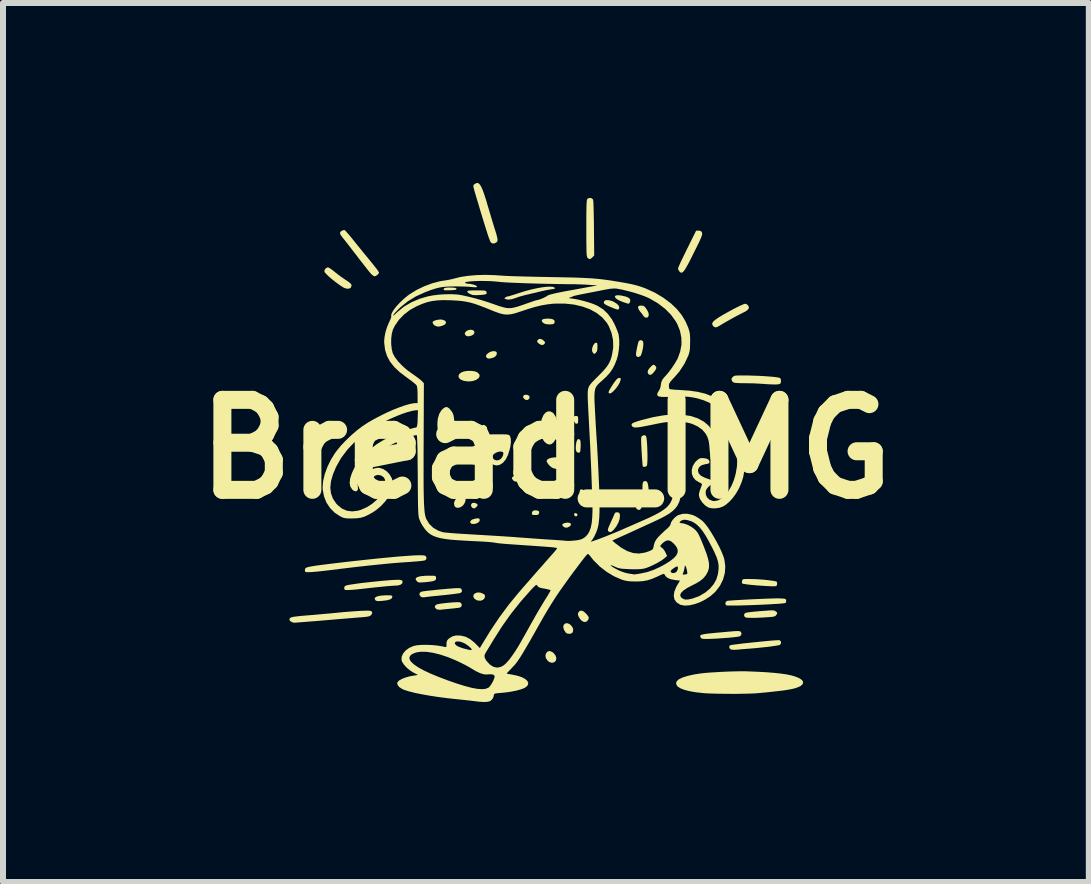
<source format=kicad_pcb>
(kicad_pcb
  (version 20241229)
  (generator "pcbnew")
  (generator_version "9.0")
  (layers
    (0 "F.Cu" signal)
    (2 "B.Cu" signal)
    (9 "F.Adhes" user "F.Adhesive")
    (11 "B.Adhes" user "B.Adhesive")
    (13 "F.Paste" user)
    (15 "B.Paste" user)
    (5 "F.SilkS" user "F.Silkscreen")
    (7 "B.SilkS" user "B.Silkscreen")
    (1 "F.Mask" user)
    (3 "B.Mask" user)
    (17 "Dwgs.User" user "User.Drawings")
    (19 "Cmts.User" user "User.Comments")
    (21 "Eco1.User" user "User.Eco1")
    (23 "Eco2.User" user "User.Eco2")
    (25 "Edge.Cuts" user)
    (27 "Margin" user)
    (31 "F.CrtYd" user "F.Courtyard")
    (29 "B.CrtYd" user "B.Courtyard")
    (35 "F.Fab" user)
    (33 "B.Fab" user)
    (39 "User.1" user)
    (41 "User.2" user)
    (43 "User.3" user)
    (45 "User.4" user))
  (footprint "Bread_IMG"
    (layer "F.Cu")
    (at 6.05 4.437)
    (property "Reference" "Bread_IMG" (at 0 0 0) (layer "F.SilkS") (effects (font (size 1.5 1.5) (thickness 0.3))))
    (attr board_only exclude_from_pos_files exclude_from_bom)
    (fp_poly (pts (xy 0.521 1.078) (xy 0.526 1.093) (xy 0.518 1.117) (xy 0.495 1.12) (xy 0.485 1.117) (xy 0.473 1.101) (xy 0.47 1.086) (xy 0.476 1.068) (xy 0.498 1.066)) (stroke (width 0) (type solid)) (fill yes) (layer "F.SilkS"))
    (fp_poly (pts (xy -0.299 -0.901) (xy -0.277 -0.884) (xy -0.272 -0.868) (xy -0.281 -0.837) (xy -0.305 -0.82) (xy -0.335 -0.82) (xy -0.363 -0.839) (xy -0.381 -0.867) (xy -0.377 -0.889) (xy -0.359 -0.902) (xy -0.33 -0.908)) (stroke (width 0) (type solid)) (fill yes) (layer "F.SilkS"))
    (fp_poly (pts (xy -0.49 0.45) (xy -0.46 0.466) (xy -0.451 0.492) (xy -0.465 0.521) (xy -0.465 0.521) (xy -0.491 0.541) (xy -0.517 0.539) (xy -0.545 0.521) (xy -0.564 0.495) (xy -0.563 0.471) (xy -0.544 0.453) (xy -0.513 0.447)) (stroke (width 0) (type solid)) (fill yes) (layer "F.SilkS"))
    (fp_poly (pts (xy -1.214 -1.983) (xy -1.194 -1.962) (xy -1.192 -1.936) (xy -1.209 -1.91) (xy -1.239 -1.893) (xy -1.286 -1.881) (xy -1.319 -1.884) (xy -1.341 -1.899) (xy -1.353 -1.924) (xy -1.344 -1.95) (xy -1.32 -1.972) (xy -1.283 -1.987) (xy -1.251 -1.991)) (stroke (width 0) (type solid)) (fill yes) (layer "F.SilkS"))
    (fp_poly (pts (xy 0.401 1.231) (xy 0.418 1.247) (xy 0.413 1.27) (xy 0.396 1.288) (xy 0.357 1.308) (xy 0.318 1.307) (xy 0.291 1.291) (xy 0.276 1.271) (xy 0.272 1.261) (xy 0.283 1.245) (xy 0.312 1.232) (xy 0.351 1.225) (xy 0.364 1.224)) (stroke (width 0) (type solid)) (fill yes) (layer "F.SilkS"))
    (fp_poly (pts (xy -1.157 0.907) (xy -1.139 0.925) (xy -1.138 0.933) (xy -1.147 0.951) (xy -1.168 0.972) (xy -1.19 0.987) (xy -1.199 0.989) (xy -1.214 0.983) (xy -1.227 0.976) (xy -1.246 0.954) (xy -1.248 0.926) (xy -1.234 0.903) (xy -1.219 0.896) (xy -1.187 0.895)) (stroke (width 0) (type solid)) (fill yes) (layer "F.SilkS"))
    (fp_poly (pts (xy -1.114 1.156) (xy -1.108 1.161) (xy -1.102 1.188) (xy -1.117 1.213) (xy -1.145 1.233) (xy -1.182 1.246) (xy -1.221 1.247) (xy -1.246 1.241) (xy -1.261 1.225) (xy -1.259 1.202) (xy -1.241 1.181) (xy -1.227 1.173) (xy -1.181 1.159) (xy -1.141 1.153)) (stroke (width 0) (type solid)) (fill yes) (layer "F.SilkS"))
    (fp_poly (pts (xy -0.149 1.022) (xy -0.122 1.031) (xy -0.113 1.046) (xy -0.114 1.062) (xy -0.119 1.083) (xy -0.135 1.094) (xy -0.167 1.098) (xy -0.201 1.098) (xy -0.223 1.095) (xy -0.226 1.093) (xy -0.235 1.069) (xy -0.227 1.042) (xy -0.211 1.027) (xy -0.182 1.02)) (stroke (width 0) (type solid)) (fill yes) (layer "F.SilkS"))
    (fp_poly (pts (xy -0.044 -1.815) (xy -0.042 -1.813) (xy -0.019 -1.79) (xy -0.014 -1.773) (xy -0.02 -1.76) (xy -0.045 -1.738) (xy -0.079 -1.737) (xy -0.116 -1.758) (xy -0.119 -1.761) (xy -0.142 -1.784) (xy -0.146 -1.801) (xy -0.141 -1.814) (xy -0.116 -1.836) (xy -0.082 -1.837)) (stroke (width 0) (type solid)) (fill yes) (layer "F.SilkS"))
    (fp_poly (pts (xy 0.525 -0.55) (xy 0.534 -0.538) (xy 0.538 -0.513) (xy 0.538 -0.489) (xy 0.536 -0.449) (xy 0.528 -0.429) (xy 0.518 -0.423) (xy 0.494 -0.428) (xy 0.486 -0.435) (xy 0.466 -0.474) (xy 0.461 -0.516) (xy 0.464 -0.532) (xy 0.478 -0.552) (xy 0.505 -0.554)) (stroke (width 0) (type solid)) (fill yes) (layer "F.SilkS"))
    (fp_poly (pts (xy 1.568 0.859) (xy 1.59 0.877) (xy 1.601 0.908) (xy 1.601 0.944) (xy 1.592 0.979) (xy 1.574 1.005) (xy 1.551 1.014) (xy 1.523 1.005) (xy 1.509 0.99) (xy 1.497 0.951) (xy 1.5 0.912) (xy 1.514 0.88) (xy 1.538 0.86) (xy 1.567 0.858)) (stroke (width 0) (type solid)) (fill yes) (layer "F.SilkS"))
    (fp_poly (pts (xy -1.096 2.391) (xy -1.057 2.405) (xy -1.026 2.422) (xy -1.014 2.445) (xy -1.014 2.452) (xy -1.025 2.489) (xy -1.053 2.515) (xy -1.092 2.527) (xy -1.137 2.523) (xy -1.162 2.514) (xy -1.197 2.487) (xy -1.211 2.456) (xy -1.204 2.425) (xy -1.185 2.406) (xy -1.144 2.389)) (stroke (width 0) (type solid)) (fill yes) (layer "F.SilkS"))
    (fp_poly (pts (xy -1.008 -0.391) (xy -0.984 -0.367) (xy -0.979 -0.337) (xy -0.979 -0.336) (xy -0.987 -0.312) (xy -1.006 -0.302) (xy -1.023 -0.299) (xy -1.054 -0.3) (xy -1.071 -0.315) (xy -1.078 -0.327) (xy -1.086 -0.354) (xy -1.078 -0.374) (xy -1.067 -0.386) (xy -1.047 -0.403) (xy -1.031 -0.404)) (stroke (width 0) (type solid)) (fill yes) (layer "F.SilkS"))
    (fp_poly (pts (xy 0.1 3.378) (xy 0.131 3.402) (xy 0.162 3.443) (xy 0.174 3.484) (xy 0.168 3.521) (xy 0.146 3.548) (xy 0.108 3.561) (xy 0.097 3.561) (xy 0.056 3.549) (xy 0.03 3.528) (xy -0.001 3.484) (xy -0.008 3.44) (xy 0.002 3.405) (xy 0.027 3.374) (xy 0.061 3.365)) (stroke (width 0) (type solid)) (fill yes) (layer "F.SilkS"))
    (fp_poly (pts (xy 0.394 2.916) (xy 0.431 2.95) (xy 0.431 2.95) (xy 0.454 2.993) (xy 0.453 3.034) (xy 0.445 3.055) (xy 0.423 3.073) (xy 0.389 3.079) (xy 0.354 3.073) (xy 0.331 3.058) (xy 0.301 3.012) (xy 0.289 2.968) (xy 0.295 2.932) (xy 0.321 2.906) (xy 0.356 2.901)) (stroke (width 0) (type solid)) (fill yes) (layer "F.SilkS"))
    (fp_poly (pts (xy 0.849 -1.772) (xy 0.856 -1.76) (xy 0.859 -1.732) (xy 0.859 -1.703) (xy 0.857 -1.657) (xy 0.848 -1.626) (xy 0.833 -1.607) (xy 0.814 -1.59) (xy 0.8 -1.59) (xy 0.787 -1.601) (xy 0.769 -1.636) (xy 0.771 -1.682) (xy 0.788 -1.731) (xy 0.812 -1.764) (xy 0.835 -1.775)) (stroke (width 0) (type solid)) (fill yes) (layer "F.SilkS"))
    (fp_poly (pts (xy 0.621 2.701) (xy 0.663 2.735) (xy 0.678 2.751) (xy 0.705 2.785) (xy 0.715 2.81) (xy 0.71 2.834) (xy 0.698 2.854) (xy 0.669 2.879) (xy 0.634 2.881) (xy 0.598 2.862) (xy 0.569 2.83) (xy 0.54 2.781) (xy 0.533 2.742) (xy 0.548 2.711) (xy 0.555 2.704) (xy 0.585 2.69)) (stroke (width 0) (type solid)) (fill yes) (layer "F.SilkS"))
    (fp_poly (pts (xy -1.707 0.154) (xy -1.683 0.174) (xy -1.668 0.21) (xy -1.662 0.256) (xy -1.666 0.306) (xy -1.681 0.352) (xy -1.689 0.368) (xy -1.716 0.39) (xy -1.752 0.395) (xy -1.786 0.383) (xy -1.797 0.373) (xy -1.818 0.336) (xy -1.824 0.292) (xy -1.817 0.247) (xy -1.8 0.205) (xy -1.774 0.172) (xy -1.742 0.154)) (stroke (width 0) (type solid)) (fill yes) (layer "F.SilkS"))
    (fp_poly (pts (xy -1.57 -2.693) (xy -1.525 -2.69) (xy -1.499 -2.684) (xy -1.49 -2.674) (xy -1.49 -2.671) (xy -1.495 -2.662) (xy -1.512 -2.655) (xy -1.546 -2.651) (xy -1.598 -2.649) (xy -1.651 -2.648) (xy -1.684 -2.649) (xy -1.701 -2.654) (xy -1.706 -2.662) (xy -1.707 -2.664) (xy -1.698 -2.681) (xy -1.67 -2.691) (xy -1.621 -2.694)) (stroke (width 0) (type solid)) (fill yes) (layer "F.SilkS"))
    (fp_poly (pts (xy -1.365 0.789) (xy -1.355 0.796) (xy -1.34 0.82) (xy -1.34 0.857) (xy -1.354 0.898) (xy -1.38 0.936) (xy -1.385 0.942) (xy -1.421 0.967) (xy -1.46 0.978) (xy -1.496 0.974) (xy -1.52 0.955) (xy -1.521 0.953) (xy -1.533 0.907) (xy -1.52 0.859) (xy -1.495 0.823) (xy -1.453 0.789) (xy -1.409 0.778)) (stroke (width 0) (type solid)) (fill yes) (layer "F.SilkS"))
    (fp_poly (pts (xy -0.827 -1.622) (xy -0.82 -1.613) (xy -0.819 -1.58) (xy -0.839 -1.549) (xy -0.874 -1.526) (xy -0.887 -1.522) (xy -0.933 -1.511) (xy -0.963 -1.51) (xy -0.983 -1.52) (xy -0.987 -1.524) (xy -1 -1.546) (xy -0.994 -1.569) (xy -0.966 -1.599) (xy -0.964 -1.6) (xy -0.929 -1.621) (xy -0.89 -1.632) (xy -0.853 -1.633)) (stroke (width 0) (type solid)) (fill yes) (layer "F.SilkS"))
    (fp_poly (pts (xy 0.088 -2.172) (xy 0.117 -2.164) (xy 0.142 -2.145) (xy 0.147 -2.117) (xy 0.134 -2.092) (xy 0.111 -2.083) (xy 0.073 -2.08) (xy 0.027 -2.081) (xy -0.008 -2.086) (xy -0.037 -2.099) (xy -0.056 -2.115) (xy -0.07 -2.136) (xy -0.065 -2.153) (xy -0.062 -2.158) (xy -0.04 -2.169) (xy -0.002 -2.175) (xy 0.044 -2.176)) (stroke (width 0) (type solid)) (fill yes) (layer "F.SilkS"))
    (fp_poly (pts (xy 1.805 -1.405) (xy 1.822 -1.391) (xy 1.823 -1.39) (xy 1.839 -1.368) (xy 1.839 -1.345) (xy 1.822 -1.313) (xy 1.812 -1.299) (xy 1.777 -1.258) (xy 1.748 -1.239) (xy 1.724 -1.241) (xy 1.709 -1.251) (xy 1.695 -1.281) (xy 1.704 -1.318) (xy 1.735 -1.36) (xy 1.74 -1.364) (xy 1.77 -1.394) (xy 1.79 -1.407)) (stroke (width 0) (type solid)) (fill yes) (layer "F.SilkS"))
    (fp_poly (pts (xy 0.563 -0.16) (xy 0.573 -0.146) (xy 0.578 -0.121) (xy 0.579 -0.079) (xy 0.579 -0.044) (xy 0.576 0.005) (xy 0.573 0.036) (xy 0.566 0.051) (xy 0.556 0.058) (xy 0.548 0.059) (xy 0.52 0.053) (xy 0.507 0.036) (xy 0.498 0.001) (xy 0.499 -0.056) (xy 0.5 -0.069) (xy 0.51 -0.126) (xy 0.525 -0.159) (xy 0.545 -0.169)) (stroke (width 0) (type solid)) (fill yes) (layer "F.SilkS"))
    (fp_poly (pts (xy 0.61 0.674) (xy 0.62 0.682) (xy 0.626 0.704) (xy 0.629 0.741) (xy 0.63 0.785) (xy 0.629 0.826) (xy 0.624 0.856) (xy 0.623 0.858) (xy 0.607 0.874) (xy 0.583 0.877) (xy 0.564 0.866) (xy 0.562 0.861) (xy 0.559 0.841) (xy 0.558 0.804) (xy 0.559 0.759) (xy 0.562 0.713) (xy 0.567 0.687) (xy 0.576 0.674) (xy 0.586 0.67)) (stroke (width 0) (type solid)) (fill yes) (layer "F.SilkS"))
    (fp_poly (pts (xy 1.044 -2.484) (xy 1.095 -2.471) (xy 1.136 -2.453) (xy 1.186 -2.421) (xy 1.216 -2.388) (xy 1.223 -2.354) (xy 1.22 -2.344) (xy 1.212 -2.331) (xy 1.198 -2.327) (xy 1.174 -2.332) (xy 1.134 -2.346) (xy 1.101 -2.36) (xy 1.041 -2.385) (xy 1.002 -2.405) (xy 0.978 -2.42) (xy 0.967 -2.435) (xy 0.965 -2.448) (xy 0.975 -2.472) (xy 1.002 -2.484)) (stroke (width 0) (type solid)) (fill yes) (layer "F.SilkS"))
    (fp_poly (pts (xy -1.732 -2.159) (xy -1.689 -2.145) (xy -1.667 -2.124) (xy -1.667 -2.099) (xy -1.688 -2.075) (xy -1.73 -2.056) (xy -1.736 -2.054) (xy -1.77 -2.046) (xy -1.792 -2.042) (xy -1.795 -2.042) (xy -1.809 -2.046) (xy -1.826 -2.049) (xy -1.856 -2.062) (xy -1.879 -2.086) (xy -1.889 -2.111) (xy -1.888 -2.12) (xy -1.871 -2.136) (xy -1.837 -2.149) (xy -1.794 -2.158) (xy -1.751 -2.161)) (stroke (width 0) (type solid)) (fill yes) (layer "F.SilkS"))
    (fp_poly (pts (xy -1.195 -1.299) (xy -1.152 -1.285) (xy -1.142 -1.279) (xy -1.111 -1.248) (xy -1.104 -1.218) (xy -1.121 -1.186) (xy -1.125 -1.181) (xy -1.168 -1.152) (xy -1.226 -1.134) (xy -1.292 -1.128) (xy -1.36 -1.137) (xy -1.373 -1.14) (xy -1.422 -1.161) (xy -1.45 -1.189) (xy -1.458 -1.221) (xy -1.443 -1.253) (xy -1.411 -1.278) (xy -1.367 -1.295) (xy -1.311 -1.304) (xy -1.251 -1.305)) (stroke (width 0) (type solid)) (fill yes) (layer "F.SilkS"))
    (fp_poly (pts (xy 1.255 -2.561) (xy 1.267 -2.558) (xy 1.329 -2.544) (xy 1.37 -2.528) (xy 1.395 -2.51) (xy 1.405 -2.49) (xy 1.405 -2.462) (xy 1.394 -2.437) (xy 1.377 -2.424) (xy 1.374 -2.424) (xy 1.359 -2.428) (xy 1.328 -2.438) (xy 1.286 -2.452) (xy 1.283 -2.453) (xy 1.222 -2.478) (xy 1.179 -2.503) (xy 1.155 -2.527) (xy 1.15 -2.547) (xy 1.165 -2.561) (xy 1.2 -2.566)) (stroke (width 0) (type solid)) (fill yes) (layer "F.SilkS"))
    (fp_poly (pts (xy -2.607 2.437) (xy -2.579 2.439) (xy -2.564 2.445) (xy -2.56 2.455) (xy -2.56 2.461) (xy -2.569 2.486) (xy -2.597 2.505) (xy -2.647 2.519) (xy -2.719 2.528) (xy -2.721 2.529) (xy -2.775 2.532) (xy -2.81 2.532) (xy -2.83 2.527) (xy -2.843 2.518) (xy -2.843 2.518) (xy -2.855 2.492) (xy -2.843 2.47) (xy -2.809 2.453) (xy -2.755 2.442) (xy -2.681 2.437) (xy -2.656 2.436)) (stroke (width 0) (type solid)) (fill yes) (layer "F.SilkS"))
    (fp_poly (pts (xy 1.242 -1.185) (xy 1.248 -1.172) (xy 1.244 -1.149) (xy 1.23 -1.109) (xy 1.204 -1.063) (xy 1.171 -1.017) (xy 1.135 -0.975) (xy 1.1 -0.944) (xy 1.071 -0.928) (xy 1.064 -0.927) (xy 1.048 -0.937) (xy 1.044 -0.945) (xy 1.048 -0.961) (xy 1.063 -0.993) (xy 1.088 -1.035) (xy 1.113 -1.074) (xy 1.149 -1.126) (xy 1.175 -1.159) (xy 1.195 -1.178) (xy 1.212 -1.186) (xy 1.221 -1.187)) (stroke (width 0) (type solid)) (fill yes) (layer "F.SilkS"))
    (fp_poly (pts (xy 1.601 -1.812) (xy 1.619 -1.795) (xy 1.624 -1.768) (xy 1.623 -1.726) (xy 1.616 -1.677) (xy 1.605 -1.627) (xy 1.592 -1.584) (xy 1.579 -1.556) (xy 1.574 -1.551) (xy 1.543 -1.535) (xy 1.519 -1.542) (xy 1.509 -1.551) (xy 1.503 -1.566) (xy 1.502 -1.592) (xy 1.508 -1.633) (xy 1.516 -1.678) (xy 1.527 -1.728) (xy 1.537 -1.77) (xy 1.546 -1.797) (xy 1.549 -1.802) (xy 1.573 -1.817)) (stroke (width 0) (type solid)) (fill yes) (layer "F.SilkS"))
    (fp_poly (pts (xy 1.621 -2.39) (xy 1.643 -2.378) (xy 1.665 -2.352) (xy 1.671 -2.343) (xy 1.694 -2.306) (xy 1.71 -2.27) (xy 1.713 -2.259) (xy 1.713 -2.222) (xy 1.697 -2.198) (xy 1.672 -2.19) (xy 1.643 -2.201) (xy 1.624 -2.223) (xy 1.602 -2.255) (xy 1.573 -2.291) (xy 1.567 -2.298) (xy 1.545 -2.332) (xy 1.536 -2.362) (xy 1.536 -2.366) (xy 1.543 -2.384) (xy 1.561 -2.391) (xy 1.588 -2.393)) (stroke (width 0) (type solid)) (fill yes) (layer "F.SilkS"))
    (fp_poly (pts (xy -1.092 -2.646) (xy -1.048 -2.645) (xy -1.02 -2.642) (xy -1.004 -2.637) (xy -0.995 -2.629) (xy -0.99 -2.619) (xy -0.987 -2.595) (xy -1 -2.583) (xy -1.03 -2.576) (xy -1.075 -2.571) (xy -1.127 -2.568) (xy -1.175 -2.567) (xy -1.213 -2.569) (xy -1.225 -2.571) (xy -1.274 -2.591) (xy -1.303 -2.612) (xy -1.311 -2.628) (xy -1.307 -2.636) (xy -1.293 -2.641) (xy -1.264 -2.644) (xy -1.219 -2.646) (xy -1.156 -2.646)) (stroke (width 0) (type solid)) (fill yes) (layer "F.SilkS"))
    (fp_poly (pts (xy 0.2 0.138) (xy 0.248 0.148) (xy 0.271 0.158) (xy 0.307 0.182) (xy 0.336 0.21) (xy 0.338 0.213) (xy 0.354 0.237) (xy 0.354 0.255) (xy 0.341 0.278) (xy 0.305 0.312) (xy 0.253 0.33) (xy 0.188 0.332) (xy 0.128 0.32) (xy 0.094 0.303) (xy 0.06 0.274) (xy 0.031 0.24) (xy 0.014 0.208) (xy 0.012 0.197) (xy 0.024 0.173) (xy 0.054 0.155) (xy 0.097 0.143) (xy 0.147 0.137)) (stroke (width 0) (type solid)) (fill yes) (layer "F.SilkS"))
    (fp_poly (pts (xy -1.872 2.11) (xy -1.849 2.113) (xy -1.838 2.12) (xy -1.834 2.13) (xy -1.832 2.137) (xy -1.831 2.16) (xy -1.837 2.177) (xy -1.853 2.19) (xy -1.882 2.2) (xy -1.928 2.208) (xy -1.993 2.216) (xy -2.043 2.22) (xy -2.088 2.223) (xy -2.117 2.222) (xy -2.137 2.214) (xy -2.152 2.201) (xy -2.171 2.172) (xy -2.167 2.149) (xy -2.139 2.131) (xy -2.087 2.118) (xy -2.011 2.111) (xy -1.968 2.11) (xy -1.91 2.11)) (stroke (width 0) (type solid)) (fill yes) (layer "F.SilkS"))
    (fp_poly (pts (xy 1.192 1.054) (xy 1.217 1.058) (xy 1.228 1.071) (xy 1.233 1.098) (xy 1.234 1.109) (xy 1.229 1.163) (xy 1.208 1.225) (xy 1.175 1.286) (xy 1.133 1.341) (xy 1.132 1.342) (xy 1.097 1.374) (xy 1.069 1.384) (xy 1.045 1.373) (xy 1.038 1.366) (xy 1.033 1.353) (xy 1.034 1.334) (xy 1.044 1.304) (xy 1.064 1.258) (xy 1.073 1.239) (xy 1.096 1.187) (xy 1.118 1.139) (xy 1.134 1.102) (xy 1.138 1.091) (xy 1.152 1.063) (xy 1.17 1.053)) (stroke (width 0) (type solid)) (fill yes) (layer "F.SilkS"))
    (fp_poly (pts (xy -1.442 2.552) (xy -1.432 2.554) (xy -1.408 2.574) (xy -1.402 2.601) (xy -1.413 2.627) (xy -1.431 2.64) (xy -1.451 2.644) (xy -1.49 2.649) (xy -1.541 2.655) (xy -1.582 2.659) (xy -1.641 2.665) (xy -1.696 2.67) (xy -1.739 2.675) (xy -1.757 2.677) (xy -1.804 2.675) (xy -1.828 2.664) (xy -1.851 2.639) (xy -1.85 2.614) (xy -1.827 2.592) (xy -1.805 2.585) (xy -1.764 2.577) (xy -1.71 2.57) (xy -1.648 2.563) (xy -1.585 2.557) (xy -1.525 2.553) (xy -1.476 2.551)) (stroke (width 0) (type solid)) (fill yes) (layer "F.SilkS"))
    (fp_poly (pts (xy 0.077 -0.628) (xy 0.119 -0.604) (xy 0.128 -0.595) (xy 0.162 -0.544) (xy 0.185 -0.477) (xy 0.196 -0.401) (xy 0.197 -0.32) (xy 0.186 -0.243) (xy 0.165 -0.173) (xy 0.132 -0.119) (xy 0.124 -0.109) (xy 0.088 -0.082) (xy 0.054 -0.077) (xy 0.012 -0.092) (xy 0.01 -0.093) (xy -0.031 -0.13) (xy -0.064 -0.188) (xy -0.086 -0.267) (xy -0.086 -0.271) (xy -0.094 -0.345) (xy -0.09 -0.417) (xy -0.071 -0.496) (xy -0.067 -0.509) (xy -0.04 -0.569) (xy -0.005 -0.61) (xy 0.035 -0.63)) (stroke (width 0) (type solid)) (fill yes) (layer "F.SilkS"))
    (fp_poly (pts (xy 1.677 0.537) (xy 1.691 0.555) (xy 1.702 0.588) (xy 1.709 0.64) (xy 1.715 0.714) (xy 1.715 0.714) (xy 1.717 0.78) (xy 1.717 0.827) (xy 1.712 0.862) (xy 1.704 0.89) (xy 1.703 0.893) (xy 1.682 0.927) (xy 1.661 0.939) (xy 1.64 0.927) (xy 1.633 0.917) (xy 1.628 0.896) (xy 1.623 0.857) (xy 1.617 0.803) (xy 1.613 0.741) (xy 1.613 0.732) (xy 1.609 0.656) (xy 1.61 0.602) (xy 1.614 0.566) (xy 1.624 0.545) (xy 1.639 0.534) (xy 1.658 0.532)) (stroke (width 0) (type solid)) (fill yes) (layer "F.SilkS"))
    (fp_poly (pts (xy -1.616 -0.682) (xy -1.605 -0.671) (xy -1.572 -0.632) (xy -1.55 -0.594) (xy -1.537 -0.551) (xy -1.53 -0.496) (xy -1.527 -0.423) (xy -1.527 -0.414) (xy -1.53 -0.334) (xy -1.538 -0.274) (xy -1.552 -0.228) (xy -1.576 -0.193) (xy -1.6 -0.17) (xy -1.635 -0.152) (xy -1.672 -0.153) (xy -1.716 -0.176) (xy -1.721 -0.179) (xy -1.764 -0.221) (xy -1.792 -0.28) (xy -1.807 -0.358) (xy -1.81 -0.419) (xy -1.802 -0.508) (xy -1.779 -0.586) (xy -1.742 -0.648) (xy -1.716 -0.674) (xy -1.679 -0.699) (xy -1.648 -0.702)) (stroke (width 0) (type solid)) (fill yes) (layer "F.SilkS"))
    (fp_poly (pts (xy 3.792 2.688) (xy 3.814 2.694) (xy 3.833 2.705) (xy 3.834 2.706) (xy 3.854 2.724) (xy 3.855 2.74) (xy 3.843 2.761) (xy 3.829 2.778) (xy 3.81 2.788) (xy 3.779 2.795) (xy 3.732 2.799) (xy 3.647 2.805) (xy 3.564 2.809) (xy 3.487 2.812) (xy 3.42 2.812) (xy 3.369 2.811) (xy 3.336 2.808) (xy 3.33 2.806) (xy 3.307 2.787) (xy 3.303 2.76) (xy 3.319 2.734) (xy 3.334 2.728) (xy 3.365 2.722) (xy 3.415 2.715) (xy 3.484 2.708) (xy 3.574 2.7) (xy 3.687 2.692) (xy 3.705 2.69) (xy 3.757 2.687)) (stroke (width 0) (type solid)) (fill yes) (layer "F.SilkS"))
    (fp_poly (pts (xy -3.613 -3.022) (xy -3.581 -3.002) (xy -3.542 -2.972) (xy -3.527 -2.96) (xy -3.476 -2.919) (xy -3.416 -2.874) (xy -3.356 -2.833) (xy -3.342 -2.823) (xy -3.293 -2.791) (xy -3.262 -2.766) (xy -3.245 -2.747) (xy -3.24 -2.73) (xy -3.24 -2.727) (xy -3.25 -2.695) (xy -3.276 -2.677) (xy -3.315 -2.674) (xy -3.36 -2.687) (xy -3.37 -2.692) (xy -3.413 -2.718) (xy -3.464 -2.754) (xy -3.519 -2.795) (xy -3.572 -2.838) (xy -3.62 -2.879) (xy -3.659 -2.916) (xy -3.685 -2.945) (xy -3.692 -2.958) (xy -3.69 -2.986) (xy -3.671 -3.013) (xy -3.643 -3.028) (xy -3.633 -3.03)) (stroke (width 0) (type solid)) (fill yes) (layer "F.SilkS"))
    (fp_poly (pts (xy 1.661 -0.226) (xy 1.668 -0.218) (xy 1.675 -0.198) (xy 1.68 -0.159) (xy 1.685 -0.105) (xy 1.689 -0.042) (xy 1.691 0.027) (xy 1.693 0.096) (xy 1.693 0.161) (xy 1.691 0.215) (xy 1.688 0.256) (xy 1.683 0.277) (xy 1.682 0.278) (xy 1.659 0.293) (xy 1.633 0.296) (xy 1.615 0.287) (xy 1.612 0.272) (xy 1.609 0.236) (xy 1.605 0.183) (xy 1.6 0.118) (xy 1.596 0.044) (xy 1.595 0.036) (xy 1.591 -0.047) (xy 1.588 -0.108) (xy 1.587 -0.152) (xy 1.588 -0.182) (xy 1.59 -0.201) (xy 1.595 -0.212) (xy 1.603 -0.219) (xy 1.603 -0.219) (xy 1.635 -0.234)) (stroke (width 0) (type solid)) (fill yes) (layer "F.SilkS"))
    (fp_poly (pts (xy 2.578 -3.638) (xy 2.595 -3.623) (xy 2.602 -3.607) (xy 2.605 -3.594) (xy 2.604 -3.578) (xy 2.598 -3.555) (xy 2.586 -3.524) (xy 2.567 -3.48) (xy 2.539 -3.421) (xy 2.501 -3.344) (xy 2.485 -3.312) (xy 2.432 -3.206) (xy 2.389 -3.12) (xy 2.353 -3.054) (xy 2.324 -3.004) (xy 2.3 -2.97) (xy 2.281 -2.95) (xy 2.264 -2.941) (xy 2.249 -2.943) (xy 2.234 -2.953) (xy 2.222 -2.966) (xy 2.206 -2.993) (xy 2.202 -3.012) (xy 2.208 -3.029) (xy 2.223 -3.065) (xy 2.246 -3.117) (xy 2.277 -3.181) (xy 2.313 -3.255) (xy 2.352 -3.336) (xy 2.354 -3.339) (xy 2.504 -3.642) (xy 2.547 -3.642)) (stroke (width 0) (type solid)) (fill yes) (layer "F.SilkS"))
    (fp_poly (pts (xy 3.404 2.165) (xy 3.47 2.166) (xy 3.542 2.17) (xy 3.615 2.175) (xy 3.686 2.182) (xy 3.749 2.19) (xy 3.801 2.197) (xy 3.835 2.205) (xy 3.848 2.211) (xy 3.855 2.232) (xy 3.853 2.256) (xy 3.848 2.273) (xy 3.837 2.282) (xy 3.816 2.286) (xy 3.777 2.286) (xy 3.762 2.286) (xy 3.72 2.284) (xy 3.66 2.281) (xy 3.589 2.276) (xy 3.513 2.271) (xy 3.482 2.268) (xy 3.414 2.262) (xy 3.355 2.255) (xy 3.309 2.248) (xy 3.28 2.243) (xy 3.273 2.24) (xy 3.267 2.22) (xy 3.27 2.196) (xy 3.274 2.182) (xy 3.282 2.172) (xy 3.297 2.167) (xy 3.326 2.165) (xy 3.372 2.165)) (stroke (width 0) (type solid)) (fill yes) (layer "F.SilkS"))
    (fp_poly (pts (xy -1.44 2.318) (xy -1.423 2.321) (xy -1.416 2.325) (xy -1.399 2.351) (xy -1.402 2.378) (xy -1.425 2.398) (xy -1.425 2.398) (xy -1.446 2.402) (xy -1.487 2.408) (xy -1.544 2.416) (xy -1.614 2.424) (xy -1.692 2.433) (xy -1.719 2.435) (xy -1.8 2.444) (xy -1.876 2.451) (xy -1.941 2.458) (xy -1.991 2.464) (xy -2.023 2.468) (xy -2.028 2.469) (xy -2.064 2.47) (xy -2.089 2.456) (xy -2.095 2.45) (xy -2.11 2.42) (xy -2.102 2.394) (xy -2.075 2.376) (xy -2.055 2.372) (xy -2.014 2.366) (xy -1.956 2.359) (xy -1.885 2.352) (xy -1.804 2.343) (xy -1.741 2.337) (xy -1.643 2.328) (xy -1.566 2.322) (xy -1.509 2.318) (xy -1.468 2.317)) (stroke (width 0) (type solid)) (fill yes) (layer "F.SilkS"))
    (fp_poly (pts (xy 3.212 3.033) (xy 3.232 3.036) (xy 3.244 3.042) (xy 3.248 3.045) (xy 3.261 3.072) (xy 3.254 3.1) (xy 3.232 3.12) (xy 3.224 3.122) (xy 3.185 3.129) (xy 3.127 3.136) (xy 3.055 3.143) (xy 2.973 3.149) (xy 2.889 3.155) (xy 2.805 3.16) (xy 2.776 3.161) (xy 2.703 3.164) (xy 2.651 3.164) (xy 2.616 3.162) (xy 2.596 3.157) (xy 2.588 3.152) (xy 2.574 3.13) (xy 2.572 3.12) (xy 2.573 3.111) (xy 2.578 3.103) (xy 2.589 3.096) (xy 2.609 3.09) (xy 2.639 3.084) (xy 2.682 3.077) (xy 2.739 3.071) (xy 2.815 3.063) (xy 2.909 3.055) (xy 3.026 3.044) (xy 3.065 3.041) (xy 3.133 3.035) (xy 3.181 3.032)) (stroke (width 0) (type solid)) (fill yes) (layer "F.SilkS"))
    (fp_poly (pts (xy 3.352 -2.413) (xy 3.371 -2.393) (xy 3.384 -2.368) (xy 3.382 -2.349) (xy 3.372 -2.333) (xy 3.347 -2.308) (xy 3.313 -2.288) (xy 3.312 -2.287) (xy 3.284 -2.274) (xy 3.239 -2.251) (xy 3.183 -2.222) (xy 3.12 -2.188) (xy 3.056 -2.152) (xy 2.996 -2.118) (xy 2.944 -2.088) (xy 2.906 -2.065) (xy 2.895 -2.058) (xy 2.854 -2.035) (xy 2.823 -2.03) (xy 2.798 -2.043) (xy 2.79 -2.051) (xy 2.774 -2.075) (xy 2.773 -2.099) (xy 2.788 -2.125) (xy 2.822 -2.155) (xy 2.876 -2.193) (xy 2.894 -2.204) (xy 2.948 -2.237) (xy 3.01 -2.272) (xy 3.076 -2.308) (xy 3.141 -2.343) (xy 3.203 -2.374) (xy 3.255 -2.399) (xy 3.296 -2.416) (xy 3.319 -2.424) (xy 3.321 -2.424)) (stroke (width 0) (type solid)) (fill yes) (layer "F.SilkS"))
    (fp_poly (pts (xy -2.442 2.178) (xy -2.409 2.184) (xy -2.393 2.196) (xy -2.389 2.209) (xy -2.396 2.239) (xy -2.424 2.261) (xy -2.473 2.273) (xy -2.516 2.275) (xy -2.549 2.277) (xy -2.602 2.281) (xy -2.671 2.287) (xy -2.752 2.295) (xy -2.84 2.304) (xy -2.916 2.312) (xy -3.035 2.326) (xy -3.131 2.336) (xy -3.207 2.343) (xy -3.264 2.347) (xy -3.306 2.349) (xy -3.334 2.348) (xy -3.35 2.344) (xy -3.355 2.341) (xy -3.364 2.318) (xy -3.356 2.291) (xy -3.339 2.276) (xy -3.316 2.269) (xy -3.272 2.26) (xy -3.211 2.251) (xy -3.136 2.24) (xy -3.05 2.229) (xy -2.959 2.219) (xy -2.864 2.209) (xy -2.77 2.199) (xy -2.681 2.191) (xy -2.6 2.184) (xy -2.531 2.18) (xy -2.477 2.178)) (stroke (width 0) (type solid)) (fill yes) (layer "F.SilkS"))
    (fp_poly (pts (xy 0.115 -2.705) (xy 0.143 -2.694) (xy 0.144 -2.693) (xy 0.152 -2.682) (xy 0.147 -2.675) (xy 0.124 -2.67) (xy 0.097 -2.666) (xy 0.056 -2.659) (xy 0.000243 -2.649) (xy -0.062 -2.635) (xy -0.099 -2.627) (xy -0.166 -2.61) (xy -0.238 -2.594) (xy -0.303 -2.578) (xy -0.328 -2.573) (xy -0.384 -2.558) (xy -0.441 -2.542) (xy -0.486 -2.527) (xy -0.488 -2.525) (xy -0.567 -2.5) (xy -0.628 -2.492) (xy -0.668 -2.5) (xy -0.689 -2.51) (xy -0.689 -2.518) (xy -0.675 -2.53) (xy -0.647 -2.544) (xy -0.63 -2.547) (xy -0.611 -2.551) (xy -0.574 -2.562) (xy -0.523 -2.578) (xy -0.464 -2.597) (xy -0.447 -2.603) (xy -0.351 -2.633) (xy -0.254 -2.659) (xy -0.161 -2.68) (xy -0.074 -2.696) (xy 0.003 -2.706) (xy 0.067 -2.709)) (stroke (width 0) (type solid)) (fill yes) (layer "F.SilkS"))
    (fp_poly (pts (xy 0.756 -4.185) (xy 0.783 -4.165) (xy 0.787 -4.158) (xy 0.789 -4.141) (xy 0.792 -4.102) (xy 0.794 -4.045) (xy 0.796 -3.971) (xy 0.798 -3.884) (xy 0.8 -3.787) (xy 0.801 -3.683) (xy 0.801 -3.682) (xy 0.805 -3.228) (xy 0.774 -3.197) (xy 0.746 -3.173) (xy 0.724 -3.168) (xy 0.701 -3.182) (xy 0.696 -3.187) (xy 0.69 -3.195) (xy 0.686 -3.205) (xy 0.682 -3.222) (xy 0.679 -3.248) (xy 0.677 -3.284) (xy 0.676 -3.334) (xy 0.675 -3.4) (xy 0.674 -3.483) (xy 0.674 -3.587) (xy 0.674 -3.682) (xy 0.674 -3.803) (xy 0.674 -3.903) (xy 0.675 -3.982) (xy 0.676 -4.044) (xy 0.678 -4.09) (xy 0.68 -4.124) (xy 0.683 -4.147) (xy 0.687 -4.162) (xy 0.692 -4.171) (xy 0.695 -4.175) (xy 0.723 -4.188)) (stroke (width 0) (type solid)) (fill yes) (layer "F.SilkS"))
    (fp_poly (pts (xy 3.316 -1.228) (xy 3.356 -1.228) (xy 3.452 -1.225) (xy 3.547 -1.222) (xy 3.638 -1.217) (xy 3.721 -1.211) (xy 3.792 -1.205) (xy 3.849 -1.198) (xy 3.888 -1.191) (xy 3.905 -1.184) (xy 3.917 -1.161) (xy 3.919 -1.128) (xy 3.911 -1.098) (xy 3.905 -1.091) (xy 3.882 -1.082) (xy 3.836 -1.078) (xy 3.765 -1.079) (xy 3.67 -1.084) (xy 3.605 -1.089) (xy 3.549 -1.092) (xy 3.478 -1.096) (xy 3.399 -1.098) (xy 3.322 -1.099) (xy 3.313 -1.099) (xy 3.241 -1.1) (xy 3.19 -1.102) (xy 3.155 -1.105) (xy 3.133 -1.11) (xy 3.119 -1.117) (xy 3.112 -1.123) (xy 3.093 -1.155) (xy 3.099 -1.185) (xy 3.118 -1.207) (xy 3.129 -1.215) (xy 3.144 -1.222) (xy 3.166 -1.226) (xy 3.2 -1.228) (xy 3.249 -1.228)) (stroke (width 0) (type solid)) (fill yes) (layer "F.SilkS"))
    (fp_poly (pts (xy 3.892 3.184) (xy 3.914 3.2) (xy 3.92 3.225) (xy 3.912 3.251) (xy 3.898 3.263) (xy 3.876 3.27) (xy 3.833 3.277) (xy 3.772 3.286) (xy 3.696 3.296) (xy 3.61 3.305) (xy 3.517 3.315) (xy 3.42 3.323) (xy 3.388 3.326) (xy 3.321 3.331) (xy 3.257 3.336) (xy 3.204 3.341) (xy 3.168 3.344) (xy 3.166 3.344) (xy 3.125 3.345) (xy 3.09 3.34) (xy 3.082 3.338) (xy 3.061 3.32) (xy 3.055 3.295) (xy 3.065 3.273) (xy 3.069 3.27) (xy 3.085 3.266) (xy 3.123 3.26) (xy 3.178 3.253) (xy 3.246 3.244) (xy 3.325 3.235) (xy 3.41 3.226) (xy 3.499 3.217) (xy 3.586 3.208) (xy 3.669 3.2) (xy 3.744 3.193) (xy 3.808 3.188) (xy 3.856 3.185) (xy 3.886 3.184)) (stroke (width 0) (type solid)) (fill yes) (layer "F.SilkS"))
    (fp_poly (pts (xy 3.889 2.488) (xy 3.942 2.49) (xy 3.975 2.493) (xy 3.993 2.499) (xy 4.001 2.508) (xy 4.005 2.521) (xy 4.003 2.549) (xy 3.996 2.563) (xy 3.98 2.567) (xy 3.943 2.572) (xy 3.888 2.577) (xy 3.818 2.581) (xy 3.736 2.586) (xy 3.646 2.591) (xy 3.551 2.595) (xy 3.455 2.599) (xy 3.359 2.602) (xy 3.269 2.605) (xy 3.187 2.607) (xy 3.115 2.607) (xy 3.059 2.607) (xy 3.02 2.606) (xy 3.002 2.603) (xy 3.002 2.603) (xy 2.991 2.577) (xy 2.997 2.55) (xy 3.015 2.531) (xy 3.02 2.53) (xy 3.046 2.526) (xy 3.092 2.523) (xy 3.155 2.518) (xy 3.231 2.514) (xy 3.318 2.509) (xy 3.41 2.504) (xy 3.504 2.5) (xy 3.596 2.496) (xy 3.683 2.492) (xy 3.76 2.49) (xy 3.824 2.488) (xy 3.872 2.487)) (stroke (width 0) (type solid)) (fill yes) (layer "F.SilkS"))
    (fp_poly (pts (xy -3.355 -3.651) (xy -3.342 -3.64) (xy -3.318 -3.613) (xy -3.283 -3.574) (xy -3.243 -3.525) (xy -3.219 -3.496) (xy -3.165 -3.428) (xy -3.104 -3.353) (xy -3.044 -3.279) (xy -2.991 -3.214) (xy -2.986 -3.209) (xy -2.916 -3.123) (xy -2.861 -3.055) (xy -2.821 -3.004) (xy -2.796 -2.968) (xy -2.784 -2.947) (xy -2.782 -2.942) (xy -2.792 -2.922) (xy -2.815 -2.9) (xy -2.842 -2.884) (xy -2.855 -2.881) (xy -2.877 -2.89) (xy -2.905 -2.912) (xy -2.92 -2.928) (xy -2.94 -2.951) (xy -2.971 -2.99) (xy -3.012 -3.042) (xy -3.06 -3.104) (xy -3.113 -3.171) (xy -3.146 -3.215) (xy -3.201 -3.286) (xy -3.254 -3.355) (xy -3.302 -3.417) (xy -3.343 -3.469) (xy -3.373 -3.507) (xy -3.385 -3.521) (xy -3.418 -3.565) (xy -3.432 -3.596) (xy -3.432 -3.609) (xy -3.415 -3.632) (xy -3.386 -3.649) (xy -3.358 -3.652)) (stroke (width 0) (type solid)) (fill yes) (layer "F.SilkS"))
    (fp_poly (pts (xy -1.119 -4.429) (xy -1.099 -4.408) (xy -1.078 -4.373) (xy -1.055 -4.322) (xy -1.03 -4.252) (xy -1 -4.161) (xy -0.971 -4.062) (xy -0.945 -3.976) (xy -0.918 -3.885) (xy -0.892 -3.797) (xy -0.868 -3.719) (xy -0.853 -3.671) (xy -0.83 -3.599) (xy -0.816 -3.546) (xy -0.808 -3.508) (xy -0.806 -3.482) (xy -0.811 -3.464) (xy -0.822 -3.45) (xy -0.826 -3.446) (xy -0.861 -3.428) (xy -0.897 -3.431) (xy -0.918 -3.447) (xy -0.926 -3.46) (xy -0.937 -3.486) (xy -0.952 -3.525) (xy -0.97 -3.579) (xy -0.993 -3.65) (xy -1.021 -3.74) (xy -1.055 -3.85) (xy -1.095 -3.981) (xy -1.113 -4.044) (xy -1.143 -4.143) (xy -1.167 -4.222) (xy -1.184 -4.282) (xy -1.197 -4.327) (xy -1.205 -4.358) (xy -1.209 -4.379) (xy -1.209 -4.392) (xy -1.207 -4.4) (xy -1.202 -4.406) (xy -1.195 -4.413) (xy -1.193 -4.415) (xy -1.16 -4.435) (xy -1.138 -4.437)) (stroke (width 0) (type solid)) (fill yes) (layer "F.SilkS"))
    (fp_poly (pts (xy -2.03 1.772) (xy -2.023 1.773) (xy -1.998 1.789) (xy -1.99 1.815) (xy -1.999 1.84) (xy -2.019 1.855) (xy -2.04 1.859) (xy -2.081 1.864) (xy -2.138 1.87) (xy -2.205 1.875) (xy -2.267 1.88) (xy -2.417 1.89) (xy -2.587 1.904) (xy -2.771 1.922) (xy -2.965 1.942) (xy -3.164 1.964) (xy -3.363 1.988) (xy -3.438 1.997) (xy -3.59 2.016) (xy -3.719 2.031) (xy -3.823 2.042) (xy -3.905 2.049) (xy -3.963 2.051) (xy -3.998 2.05) (xy -4.01 2.046) (xy -4.019 2.021) (xy -4.013 1.993) (xy -4.003 1.981) (xy -3.99 1.974) (xy -3.965 1.966) (xy -3.928 1.958) (xy -3.877 1.949) (xy -3.811 1.939) (xy -3.727 1.928) (xy -3.624 1.915) (xy -3.501 1.9) (xy -3.356 1.883) (xy -3.224 1.868) (xy -3.004 1.844) (xy -2.805 1.823) (xy -2.627 1.806) (xy -2.47 1.791) (xy -2.336 1.781) (xy -2.225 1.773) (xy -2.136 1.769) (xy -2.071 1.769)) (stroke (width 0) (type solid)) (fill yes) (layer "F.SilkS"))
    (fp_poly (pts (xy -2.953 2.693) (xy -2.922 2.696) (xy -2.915 2.698) (xy -2.896 2.718) (xy -2.899 2.745) (xy -2.917 2.769) (xy -2.936 2.782) (xy -2.967 2.791) (xy -3.015 2.797) (xy -3.05 2.801) (xy -3.095 2.804) (xy -3.159 2.809) (xy -3.237 2.816) (xy -3.324 2.823) (xy -3.414 2.83) (xy -3.45 2.833) (xy -3.624 2.848) (xy -3.776 2.861) (xy -3.905 2.871) (xy -4.012 2.88) (xy -4.095 2.886) (xy -4.155 2.891) (xy -4.191 2.893) (xy -4.2 2.893) (xy -4.229 2.886) (xy -4.256 2.87) (xy -4.275 2.849) (xy -4.275 2.831) (xy -4.271 2.823) (xy -4.264 2.815) (xy -4.252 2.807) (xy -4.232 2.801) (xy -4.202 2.794) (xy -4.159 2.789) (xy -4.101 2.782) (xy -4.023 2.775) (xy -3.925 2.767) (xy -3.889 2.764) (xy -3.798 2.756) (xy -3.699 2.747) (xy -3.601 2.739) (xy -3.513 2.73) (xy -3.469 2.726) (xy -3.358 2.715) (xy -3.254 2.707) (xy -3.158 2.7) (xy -3.074 2.695) (xy -3.005 2.693)) (stroke (width 0) (type solid)) (fill yes) (layer "F.SilkS"))
    (fp_poly (pts (xy -0.727 -0.247) (xy -0.678 -0.246) (xy -0.645 -0.244) (xy -0.624 -0.239) (xy -0.612 -0.233) (xy -0.602 -0.223) (xy -0.6 -0.22) (xy -0.586 -0.179) (xy -0.583 -0.121) (xy -0.592 -0.046) (xy -0.604 0.006) (xy -0.632 0.095) (xy -0.665 0.164) (xy -0.706 0.217) (xy -0.723 0.233) (xy -0.775 0.264) (xy -0.829 0.272) (xy -0.883 0.256) (xy -0.895 0.249) (xy -0.935 0.214) (xy -0.966 0.165) (xy -0.983 0.12) (xy -0.89 0.12) (xy -0.88 0.156) (xy -0.855 0.179) (xy -0.82 0.188) (xy -0.782 0.182) (xy -0.748 0.159) (xy -0.743 0.153) (xy -0.718 0.113) (xy -0.708 0.077) (xy -0.714 0.052) (xy -0.719 0.048) (xy -0.75 0.039) (xy -0.789 0.043) (xy -0.83 0.058) (xy -0.865 0.08) (xy -0.887 0.106) (xy -0.89 0.12) (xy -0.983 0.12) (xy -0.991 0.098) (xy -0.996 0.08) (xy -1.006 0.029) (xy -1.012 -0.031) (xy -1.013 -0.093) (xy -1.01 -0.15) (xy -1.003 -0.196) (xy -0.992 -0.225) (xy -0.991 -0.227) (xy -0.981 -0.235) (xy -0.963 -0.241) (xy -0.934 -0.245) (xy -0.89 -0.247) (xy -0.827 -0.247) (xy -0.797 -0.247)) (stroke (width 0) (type solid)) (fill yes) (layer "F.SilkS"))
    (fp_poly (pts (xy 3.357 3.704) (xy 3.528 3.711) (xy 3.677 3.719) (xy 3.804 3.729) (xy 3.914 3.741) (xy 4.007 3.754) (xy 4.085 3.77) (xy 4.152 3.789) (xy 4.208 3.811) (xy 4.23 3.822) (xy 4.271 3.851) (xy 4.288 3.883) (xy 4.281 3.915) (xy 4.25 3.945) (xy 4.231 3.956) (xy 4.199 3.97) (xy 4.162 3.983) (xy 4.117 3.995) (xy 4.063 4.006) (xy 3.997 4.017) (xy 3.916 4.028) (xy 3.818 4.039) (xy 3.701 4.052) (xy 3.562 4.065) (xy 3.531 4.068) (xy 3.471 4.072) (xy 3.392 4.075) (xy 3.298 4.077) (xy 3.193 4.079) (xy 3.083 4.079) (xy 2.973 4.078) (xy 2.867 4.077) (xy 2.771 4.074) (xy 2.688 4.071) (xy 2.628 4.067) (xy 2.5 4.053) (xy 2.392 4.034) (xy 2.304 4.011) (xy 2.237 3.984) (xy 2.194 3.954) (xy 2.183 3.94) (xy 2.169 3.903) (xy 2.181 3.868) (xy 2.217 3.836) (xy 2.277 3.807) (xy 2.362 3.78) (xy 2.471 3.756) (xy 2.578 3.739) (xy 2.641 3.732) (xy 2.723 3.725) (xy 2.818 3.719) (xy 2.922 3.713) (xy 3.029 3.708) (xy 3.133 3.705) (xy 3.23 3.703) (xy 3.312 3.703)) (stroke (width 0) (type solid)) (fill yes) (layer "F.SilkS"))
    (fp_poly (pts (xy -0.866 -2.901) (xy -0.742 -2.893) (xy -0.704 -2.89) (xy -0.645 -2.887) (xy -0.566 -2.884) (xy -0.472 -2.881) (xy -0.364 -2.878) (xy -0.246 -2.875) (xy -0.121 -2.872) (xy 0.008 -2.87) (xy 0.043 -2.869) (xy 0.21 -2.866) (xy 0.354 -2.863) (xy 0.48 -2.86) (xy 0.59 -2.856) (xy 0.687 -2.851) (xy 0.775 -2.846) (xy 0.856 -2.839) (xy 0.933 -2.831) (xy 1.009 -2.821) (xy 1.088 -2.81) (xy 1.172 -2.796) (xy 1.224 -2.788) (xy 1.331 -2.769) (xy 1.418 -2.752) (xy 1.49 -2.735) (xy 1.554 -2.717) (xy 1.613 -2.697) (xy 1.657 -2.681) (xy 1.814 -2.61) (xy 1.958 -2.524) (xy 2.088 -2.426) (xy 2.183 -2.335) (xy 2.264 -2.235) (xy 2.327 -2.13) (xy 2.372 -2.026) (xy 2.386 -1.983) (xy 2.396 -1.945) (xy 2.401 -1.904) (xy 2.404 -1.854) (xy 2.404 -1.787) (xy 2.403 -1.718) (xy 2.4 -1.667) (xy 2.394 -1.627) (xy 2.384 -1.589) (xy 2.373 -1.558) (xy 2.309 -1.422) (xy 2.225 -1.294) (xy 2.141 -1.197) (xy 2.1 -1.153) (xy 2.073 -1.121) (xy 2.058 -1.097) (xy 2.051 -1.077) (xy 2.05 -1.057) (xy 2.053 -1.025) (xy 2.058 -1.004) (xy 2.058 -1.003) (xy 2.072 -0.999) (xy 2.106 -0.995) (xy 2.156 -0.99) (xy 2.217 -0.987) (xy 2.247 -0.985) (xy 2.402 -0.974) (xy 2.536 -0.954) (xy 2.655 -0.925) (xy 2.761 -0.884) (xy 2.857 -0.832) (xy 2.92 -0.788) (xy 3.023 -0.695) (xy 3.112 -0.583) (xy 3.186 -0.453) (xy 3.243 -0.307) (xy 3.284 -0.147) (xy 3.308 0.027) (xy 3.314 0.182) (xy 3.312 0.29) (xy 3.304 0.381) (xy 3.29 0.461) (xy 3.267 0.537) (xy 3.235 0.617) (xy 3.213 0.663) (xy 3.169 0.74) (xy 3.115 0.814) (xy 3.056 0.879) (xy 2.995 0.93) (xy 2.949 0.958) (xy 2.891 0.978) (xy 2.826 0.987) (xy 2.762 0.986) (xy 2.71 0.973) (xy 2.704 0.971) (xy 2.652 0.936) (xy 2.605 0.887) (xy 2.57 0.833) (xy 2.559 0.805) (xy 2.551 0.772) (xy 2.552 0.743) (xy 2.561 0.706) (xy 2.568 0.684) (xy 2.583 0.642) (xy 2.595 0.609) (xy 2.601 0.594) (xy 2.599 0.579) (xy 2.579 0.564) (xy 2.553 0.552) (xy 2.494 0.516) (xy 2.454 0.467) (xy 2.433 0.409) (xy 2.431 0.346) (xy 2.448 0.282) (xy 2.486 0.22) (xy 2.504 0.201) (xy 2.537 0.171) (xy 2.563 0.155) (xy 2.591 0.149) (xy 2.611 0.149) (xy 2.668 0.155) (xy 2.707 0.172) (xy 2.725 0.199) (xy 2.727 0.21) (xy 2.724 0.228) (xy 2.713 0.239) (xy 2.687 0.246) (xy 2.659 0.25) (xy 2.599 0.267) (xy 2.558 0.296) (xy 2.537 0.337) (xy 2.535 0.359) (xy 2.546 0.402) (xy 2.58 0.44) (xy 2.637 0.471) (xy 2.676 0.486) (xy 2.733 0.506) (xy 2.766 0.525) (xy 2.777 0.546) (xy 2.768 0.57) (xy 2.739 0.601) (xy 2.729 0.61) (xy 2.691 0.648) (xy 2.67 0.681) (xy 2.663 0.706) (xy 2.666 0.761) (xy 2.689 0.808) (xy 2.729 0.844) (xy 2.781 0.863) (xy 2.807 0.866) (xy 2.87 0.854) (xy 2.932 0.82) (xy 2.991 0.766) (xy 3.045 0.696) (xy 3.094 0.611) (xy 3.134 0.515) (xy 3.164 0.409) (xy 3.183 0.297) (xy 3.186 0.269) (xy 3.188 0.191) (xy 3.184 0.098) (xy 3.174 -0.002) (xy 3.16 -0.101) (xy 3.142 -0.189) (xy 3.133 -0.222) (xy 3.089 -0.343) (xy 3.032 -0.459) (xy 2.964 -0.564) (xy 2.888 -0.654) (xy 2.808 -0.725) (xy 2.798 -0.731) (xy 2.721 -0.776) (xy 2.628 -0.815) (xy 2.526 -0.846) (xy 2.455 -0.861) (xy 2.404 -0.869) (xy 2.351 -0.874) (xy 2.291 -0.876) (xy 2.219 -0.876) (xy 2.127 -0.873) (xy 2.124 -0.873) (xy 2.035 -0.87) (xy 1.967 -0.87) (xy 1.918 -0.872) (xy 1.886 -0.878) (xy 1.866 -0.887) (xy 1.857 -0.9) (xy 1.855 -0.914) (xy 1.862 -0.939) (xy 1.88 -0.968) (xy 1.88 -0.969) (xy 1.9 -1.004) (xy 1.912 -1.045) (xy 1.912 -1.048) (xy 1.92 -1.1) (xy 1.932 -1.138) (xy 1.95 -1.17) (xy 1.98 -1.206) (xy 1.996 -1.223) (xy 2.044 -1.279) (xy 2.096 -1.349) (xy 2.146 -1.423) (xy 2.186 -1.492) (xy 2.192 -1.502) (xy 2.205 -1.533) (xy 2.221 -1.578) (xy 2.238 -1.627) (xy 2.239 -1.631) (xy 2.26 -1.742) (xy 2.258 -1.858) (xy 2.234 -1.975) (xy 2.188 -2.089) (xy 2.163 -2.133) (xy 2.085 -2.24) (xy 1.985 -2.341) (xy 1.866 -2.432) (xy 1.73 -2.511) (xy 1.722 -2.515) (xy 1.654 -2.545) (xy 1.569 -2.576) (xy 1.473 -2.607) (xy 1.373 -2.634) (xy 1.275 -2.658) (xy 1.188 -2.674) (xy 1.173 -2.677) (xy 1.13 -2.678) (xy 1.071 -2.673) (xy 0.993 -2.66) (xy 0.963 -2.654) (xy 0.888 -2.639) (xy 0.801 -2.622) (xy 0.712 -2.605) (xy 0.637 -2.59) (xy 0.574 -2.578) (xy 0.519 -2.566) (xy 0.478 -2.557) (xy 0.455 -2.55) (xy 0.451 -2.548) (xy 0.431 -2.538) (xy 0.402 -2.528) (xy 0.385 -2.523) (xy 0.384 -2.519) (xy 0.403 -2.514) (xy 0.444 -2.509) (xy 0.445 -2.509) (xy 0.528 -2.495) (xy 0.619 -2.473) (xy 0.711 -2.447) (xy 0.795 -2.418) (xy 0.859 -2.39) (xy 0.952 -2.332) (xy 1.032 -2.256) (xy 1.101 -2.162) (xy 1.14 -2.09) (xy 1.167 -2.032) (xy 1.19 -1.975) (xy 1.208 -1.925) (xy 1.213 -1.904) (xy 1.222 -1.831) (xy 1.223 -1.744) (xy 1.215 -1.653) (xy 1.201 -1.565) (xy 1.182 -1.498) (xy 1.149 -1.412) (xy 1.111 -1.339) (xy 1.066 -1.273) (xy 1.008 -1.209) (xy 0.934 -1.14) (xy 0.919 -1.127) (xy 0.883 -1.095) (xy 0.855 -1.065) (xy 0.835 -1.035) (xy 0.821 -1) (xy 0.813 -0.957) (xy 0.809 -0.902) (xy 0.809 -0.832) (xy 0.813 -0.742) (xy 0.816 -0.684) (xy 0.821 -0.587) (xy 0.827 -0.475) (xy 0.834 -0.356) (xy 0.841 -0.242) (xy 0.847 -0.148) (xy 0.853 -0.064) (xy 0.858 0.039) (xy 0.865 0.155) (xy 0.871 0.277) (xy 0.877 0.402) (xy 0.882 0.521) (xy 0.884 0.556) (xy 0.89 0.714) (xy 0.893 0.85) (xy 0.894 0.965) (xy 0.893 1.063) (xy 0.889 1.146) (xy 0.882 1.215) (xy 0.873 1.275) (xy 0.86 1.326) (xy 0.854 1.346) (xy 0.833 1.4) (xy 0.807 1.454) (xy 0.781 1.499) (xy 0.757 1.531) (xy 0.749 1.537) (xy 0.748 1.542) (xy 0.767 1.538) (xy 0.803 1.526) (xy 0.853 1.509) (xy 0.914 1.486) (xy 0.983 1.46) (xy 1.057 1.43) (xy 1.133 1.399) (xy 1.208 1.368) (xy 1.268 1.342) (xy 1.334 1.313) (xy 1.414 1.278) (xy 1.499 1.241) (xy 1.581 1.205) (xy 1.608 1.193) (xy 1.727 1.14) (xy 1.825 1.092) (xy 1.904 1.049) (xy 1.966 1.008) (xy 2.015 0.969) (xy 2.051 0.929) (xy 2.079 0.887) (xy 2.083 0.879) (xy 2.1 0.841) (xy 2.112 0.804) (xy 2.119 0.764) (xy 2.122 0.715) (xy 2.12 0.654) (xy 2.114 0.575) (xy 2.11 0.522) (xy 2.1 0.415) (xy 2.09 0.287) (xy 2.078 0.14) (xy 2.066 -0.021) (xy 2.053 -0.194) (xy 2.043 -0.334) (xy 2.034 -0.451) (xy 1.991 -0.448) (xy 1.964 -0.444) (xy 1.918 -0.436) (xy 1.859 -0.425) (xy 1.792 -0.411) (xy 1.762 -0.405) (xy 1.667 -0.386) (xy 1.593 -0.372) (xy 1.537 -0.364) (xy 1.496 -0.361) (xy 1.468 -0.363) (xy 1.449 -0.371) (xy 1.438 -0.382) (xy 1.436 -0.384) (xy 1.428 -0.402) (xy 1.43 -0.417) (xy 1.445 -0.432) (xy 1.475 -0.446) (xy 1.523 -0.463) (xy 1.592 -0.484) (xy 1.607 -0.488) (xy 1.794 -0.535) (xy 1.97 -0.565) (xy 2.132 -0.578) (xy 2.28 -0.573) (xy 2.414 -0.552) (xy 2.531 -0.514) (xy 2.633 -0.459) (xy 2.709 -0.395) (xy 2.777 -0.308) (xy 2.822 -0.211) (xy 2.846 -0.104) (xy 2.846 0.011) (xy 2.844 0.033) (xy 2.832 0.105) (xy 2.818 0.155) (xy 2.801 0.185) (xy 2.788 0.194) (xy 2.77 0.196) (xy 2.756 0.185) (xy 2.746 0.159) (xy 2.739 0.114) (xy 2.733 0.047) (xy 2.731 0.032) (xy 2.725 -0.05) (xy 2.717 -0.114) (xy 2.706 -0.163) (xy 2.691 -0.205) (xy 2.67 -0.245) (xy 2.659 -0.263) (xy 2.607 -0.324) (xy 2.533 -0.377) (xy 2.441 -0.42) (xy 2.4 -0.432) (xy 2.35 -0.444) (xy 2.295 -0.453) (xy 2.243 -0.46) (xy 2.199 -0.464) (xy 2.17 -0.463) (xy 2.161 -0.46) (xy 2.158 -0.452) (xy 2.157 -0.435) (xy 2.158 -0.406) (xy 2.16 -0.364) (xy 2.165 -0.306) (xy 2.171 -0.23) (xy 2.18 -0.134) (xy 2.192 -0.016) (xy 2.194 0.006) (xy 2.21 0.168) (xy 2.223 0.308) (xy 2.233 0.426) (xy 2.24 0.527) (xy 2.245 0.611) (xy 2.247 0.681) (xy 2.246 0.739) (xy 2.243 0.786) (xy 2.238 0.825) (xy 2.23 0.858) (xy 2.219 0.887) (xy 2.217 0.891) (xy 2.192 0.941) (xy 2.16 0.985) (xy 2.119 1.026) (xy 2.067 1.067) (xy 2 1.108) (xy 1.916 1.153) (xy 1.811 1.203) (xy 1.804 1.206) (xy 1.74 1.236) (xy 1.662 1.271) (xy 1.576 1.311) (xy 1.486 1.352) (xy 1.397 1.393) (xy 1.313 1.431) (xy 1.239 1.464) (xy 1.18 1.491) (xy 1.15 1.504) (xy 1.107 1.524) (xy 1.156 1.567) (xy 1.259 1.645) (xy 1.358 1.7) (xy 1.455 1.732) (xy 1.551 1.74) (xy 1.649 1.725) (xy 1.713 1.704) (xy 1.753 1.687) (xy 1.776 1.672) (xy 1.788 1.654) (xy 1.794 1.628) (xy 1.795 1.624) (xy 1.804 1.581) (xy 1.818 1.544) (xy 1.839 1.507) (xy 1.87 1.468) (xy 1.914 1.423) (xy 1.972 1.368) (xy 2.026 1.321) (xy 2.054 1.292) (xy 2.073 1.265) (xy 2.078 1.252) (xy 2.084 1.228) (xy 2.23 1.228) (xy 2.253 1.233) (xy 2.256 1.234) (xy 2.304 1.241) (xy 2.362 1.262) (xy 2.42 1.292) (xy 2.468 1.327) (xy 2.469 1.328) (xy 2.493 1.349) (xy 2.512 1.371) (xy 2.531 1.396) (xy 2.549 1.429) (xy 2.569 1.472) (xy 2.594 1.53) (xy 2.625 1.606) (xy 2.64 1.645) (xy 2.678 1.744) (xy 2.703 1.826) (xy 2.717 1.894) (xy 2.72 1.952) (xy 2.713 2.002) (xy 2.699 2.043) (xy 2.668 2.1) (xy 2.628 2.149) (xy 2.576 2.193) (xy 2.507 2.236) (xy 2.443 2.268) (xy 2.355 2.314) (xy 2.292 2.357) (xy 2.253 2.396) (xy 2.238 2.431) (xy 2.248 2.463) (xy 2.26 2.476) (xy 2.292 2.498) (xy 2.326 2.508) (xy 2.37 2.506) (xy 2.43 2.494) (xy 2.442 2.491) (xy 2.553 2.451) (xy 2.657 2.39) (xy 2.734 2.325) (xy 2.797 2.251) (xy 2.84 2.174) (xy 2.867 2.084) (xy 2.872 2.053) (xy 2.879 1.989) (xy 2.878 1.93) (xy 2.867 1.869) (xy 2.846 1.803) (xy 2.813 1.726) (xy 2.774 1.646) (xy 2.713 1.531) (xy 2.659 1.436) (xy 2.609 1.361) (xy 2.561 1.302) (xy 2.514 1.257) (xy 2.466 1.223) (xy 2.417 1.2) (xy 2.353 1.181) (xy 2.304 1.176) (xy 2.266 1.187) (xy 2.253 1.194) (xy 2.23 1.215) (xy 2.23 1.228) (xy 2.084 1.228) (xy 2.087 1.22) (xy 2.112 1.181) (xy 2.146 1.143) (xy 2.184 1.112) (xy 2.205 1.1) (xy 2.282 1.078) (xy 2.365 1.078) (xy 2.449 1.099) (xy 2.482 1.113) (xy 2.533 1.142) (xy 2.584 1.177) (xy 2.613 1.2) (xy 2.652 1.242) (xy 2.698 1.301) (xy 2.747 1.375) (xy 2.797 1.458) (xy 2.846 1.545) (xy 2.892 1.632) (xy 2.93 1.715) (xy 2.959 1.788) (xy 2.974 1.836) (xy 2.99 1.949) (xy 2.983 2.063) (xy 2.953 2.173) (xy 2.902 2.277) (xy 2.83 2.371) (xy 2.812 2.39) (xy 2.739 2.453) (xy 2.656 2.507) (xy 2.569 2.551) (xy 2.48 2.583) (xy 2.394 2.603) (xy 2.316 2.608) (xy 2.25 2.597) (xy 2.231 2.589) (xy 2.176 2.552) (xy 2.142 2.503) (xy 2.131 2.444) (xy 2.141 2.375) (xy 2.173 2.296) (xy 2.193 2.261) (xy 2.235 2.192) (xy 2.159 2.183) (xy 2.085 2.169) (xy 2.029 2.147) (xy 1.994 2.117) (xy 1.988 2.106) (xy 1.978 2.09) (xy 2.278 2.09) (xy 2.313 2.09) (xy 2.341 2.086) (xy 2.355 2.079) (xy 2.357 2.061) (xy 2.353 2.03) (xy 2.345 1.995) (xy 2.335 1.963) (xy 2.326 1.944) (xy 2.323 1.941) (xy 2.314 1.952) (xy 2.312 1.969) (xy 2.307 1.999) (xy 2.297 2.037) (xy 2.295 2.044) (xy 2.278 2.09) (xy 1.978 2.09) (xy 1.975 2.085) (xy 1.966 2.078) (xy 1.952 2.082) (xy 1.92 2.095) (xy 1.878 2.114) (xy 1.854 2.126) (xy 1.767 2.163) (xy 1.69 2.187) (xy 1.613 2.201) (xy 1.527 2.206) (xy 1.484 2.206) (xy 1.415 2.204) (xy 1.36 2.199) (xy 1.311 2.189) (xy 1.259 2.173) (xy 1.135 2.119) (xy 1.012 2.045) (xy 0.896 1.955) (xy 0.876 1.934) (xy 1.079 1.934) (xy 1.084 1.944) (xy 1.107 1.961) (xy 1.142 1.983) (xy 1.185 2.006) (xy 1.229 2.027) (xy 1.252 2.037) (xy 1.306 2.056) (xy 1.364 2.071) (xy 1.394 2.076) (xy 1.434 2.082) (xy 1.463 2.087) (xy 1.473 2.088) (xy 1.488 2.087) (xy 1.521 2.082) (xy 1.566 2.075) (xy 1.587 2.071) (xy 1.693 2.048) (xy 1.734 2.034) (xy 2.078 2.034) (xy 2.087 2.055) (xy 2.111 2.066) (xy 2.141 2.064) (xy 2.17 2.05) (xy 2.182 2.038) (xy 2.195 2.01) (xy 2.201 1.981) (xy 2.197 1.96) (xy 2.189 1.954) (xy 2.169 1.961) (xy 2.14 1.978) (xy 2.11 1.999) (xy 2.087 2.02) (xy 2.078 2.034) (xy 1.734 2.034) (xy 1.795 2.013) (xy 1.9 1.965) (xy 1.971 1.927) (xy 2.062 1.871) (xy 2.13 1.819) (xy 2.174 1.77) (xy 2.196 1.722) (xy 2.196 1.674) (xy 2.174 1.625) (xy 2.133 1.576) (xy 2.086 1.536) (xy 2.043 1.52) (xy 2.002 1.527) (xy 1.958 1.556) (xy 1.95 1.563) (xy 1.919 1.594) (xy 1.907 1.614) (xy 1.913 1.63) (xy 1.934 1.644) (xy 1.956 1.664) (xy 1.98 1.698) (xy 1.992 1.72) (xy 2.02 1.781) (xy 1.971 1.823) (xy 1.928 1.855) (xy 1.868 1.891) (xy 1.8 1.926) (xy 1.731 1.958) (xy 1.669 1.982) (xy 1.631 1.992) (xy 1.584 1.999) (xy 1.517 2.002) (xy 1.435 2.002) (xy 1.396 2.001) (xy 1.325 1.997) (xy 1.273 1.994) (xy 1.234 1.988) (xy 1.201 1.98) (xy 1.17 1.968) (xy 1.156 1.962) (xy 1.118 1.945) (xy 1.09 1.936) (xy 1.079 1.934) (xy 0.876 1.934) (xy 0.794 1.853) (xy 0.723 1.764) (xy 0.707 1.748) (xy 0.692 1.752) (xy 0.687 1.755) (xy 0.671 1.773) (xy 0.642 1.808) (xy 0.604 1.857) (xy 0.558 1.917) (xy 0.506 1.987) (xy 0.45 2.061) (xy 0.393 2.139) (xy 0.337 2.217) (xy 0.284 2.291) (xy 0.235 2.36) (xy 0.194 2.42) (xy 0.183 2.436) (xy 0.133 2.513) (xy 0.078 2.6) (xy 0.025 2.687) (xy -0.022 2.766) (xy -0.042 2.801) (xy -0.124 2.945) (xy -0.194 3.07) (xy -0.254 3.176) (xy -0.306 3.266) (xy -0.351 3.342) (xy -0.388 3.405) (xy -0.421 3.458) (xy -0.449 3.501) (xy -0.474 3.537) (xy -0.497 3.568) (xy -0.519 3.595) (xy -0.542 3.62) (xy -0.566 3.645) (xy -0.57 3.65) (xy -0.606 3.688) (xy -0.635 3.718) (xy -0.652 3.737) (xy -0.655 3.741) (xy -0.644 3.744) (xy -0.614 3.75) (xy -0.572 3.757) (xy -0.56 3.759) (xy -0.472 3.778) (xy -0.4 3.802) (xy -0.346 3.831) (xy -0.31 3.863) (xy -0.294 3.896) (xy -0.299 3.929) (xy -0.326 3.961) (xy -0.359 3.982) (xy -0.412 4.003) (xy -0.483 4.023) (xy -0.567 4.04) (xy -0.657 4.054) (xy -0.745 4.063) (xy -0.801 4.068) (xy -0.836 4.072) (xy -0.856 4.078) (xy -0.864 4.086) (xy -0.866 4.095) (xy -0.876 4.137) (xy -0.901 4.177) (xy -0.933 4.202) (xy -0.974 4.212) (xy -1.033 4.215) (xy -1.107 4.211) (xy -1.162 4.204) (xy -1.196 4.2) (xy -1.248 4.194) (xy -1.316 4.186) (xy -1.393 4.178) (xy -1.475 4.169) (xy -1.49 4.168) (xy -1.652 4.15) (xy -1.805 4.13) (xy -1.947 4.108) (xy -2.076 4.085) (xy -2.188 4.062) (xy -2.283 4.038) (xy -2.357 4.015) (xy -2.395 3.998) (xy -2.442 3.968) (xy -2.471 3.934) (xy -2.479 3.901) (xy -2.473 3.883) (xy -2.449 3.858) (xy -2.405 3.832) (xy -2.347 3.809) (xy -2.28 3.789) (xy -2.228 3.779) (xy -2.133 3.764) (xy -2.211 3.723) (xy -2.27 3.685) (xy -2.324 3.639) (xy -2.368 3.59) (xy -2.398 3.543) (xy -2.406 3.518) (xy -2.405 3.467) (xy -2.275 3.467) (xy -2.272 3.504) (xy -2.247 3.545) (xy -2.199 3.589) (xy -2.129 3.637) (xy -2.037 3.688) (xy -1.924 3.741) (xy -1.791 3.796) (xy -1.78 3.8) (xy -1.614 3.863) (xy -1.467 3.913) (xy -1.34 3.952) (xy -1.232 3.98) (xy -1.141 3.996) (xy -1.067 4.001) (xy -1.008 3.996) (xy -0.963 3.979) (xy -0.953 3.973) (xy -0.929 3.947) (xy -0.902 3.906) (xy -0.877 3.86) (xy -0.86 3.817) (xy -0.854 3.789) (xy -0.864 3.766) (xy -0.896 3.754) (xy -0.949 3.753) (xy -0.979 3.756) (xy -1.031 3.754) (xy -1.092 3.736) (xy -1.165 3.702) (xy -1.252 3.65) (xy -1.255 3.648) (xy -1.294 3.625) (xy -1.35 3.595) (xy -1.414 3.563) (xy -1.481 3.531) (xy -1.496 3.524) (xy -1.631 3.468) (xy -1.733 3.434) (xy -1.023 3.434) (xy -1.021 3.476) (xy -0.996 3.522) (xy -0.992 3.528) (xy -0.935 3.59) (xy -0.876 3.628) (xy -0.816 3.642) (xy -0.755 3.631) (xy -0.701 3.602) (xy -0.662 3.567) (xy -0.614 3.513) (xy -0.561 3.442) (xy -0.504 3.358) (xy -0.446 3.264) (xy -0.417 3.213) (xy -0.381 3.149) (xy -0.337 3.071) (xy -0.29 2.987) (xy -0.244 2.904) (xy -0.217 2.857) (xy -0.173 2.778) (xy -0.124 2.694) (xy -0.076 2.613) (xy -0.032 2.54) (xy -0.01 2.504) (xy 0.024 2.451) (xy 0.051 2.405) (xy 0.07 2.371) (xy 0.079 2.353) (xy 0.08 2.351) (xy 0.065 2.346) (xy 0.032 2.337) (xy -0.013 2.327) (xy -0.064 2.318) (xy -0.08 2.315) (xy -0.122 2.3) (xy -0.143 2.278) (xy -0.15 2.267) (xy -0.158 2.263) (xy -0.171 2.269) (xy -0.192 2.288) (xy -0.225 2.321) (xy -0.254 2.352) (xy -0.418 2.538) (xy -0.579 2.74) (xy -0.731 2.954) (xy -0.869 3.171) (xy -0.885 3.197) (xy -0.92 3.256) (xy -0.953 3.31) (xy -0.98 3.354) (xy -0.998 3.384) (xy -1.003 3.391) (xy -1.023 3.434) (xy -1.733 3.434) (xy -1.76 3.425) (xy -1.879 3.395) (xy -1.988 3.379) (xy -2.083 3.377) (xy -2.164 3.389) (xy -2.228 3.415) (xy -2.253 3.434) (xy -2.275 3.467) (xy -2.405 3.467) (xy -2.405 3.462) (xy -2.381 3.408) (xy -2.339 3.357) (xy -2.281 3.314) (xy -2.209 3.282) (xy -2.205 3.281) (xy -2.148 3.269) (xy -2.073 3.263) (xy -1.987 3.262) (xy -1.895 3.266) (xy -1.804 3.275) (xy -1.721 3.289) (xy -1.691 3.296) (xy -1.67 3.3) (xy -1.66 3.294) (xy -1.657 3.272) (xy -1.657 3.249) (xy -1.657 3.244) (xy -1.517 3.244) (xy -1.497 3.27) (xy -1.457 3.293) (xy -1.395 3.316) (xy -1.359 3.326) (xy -1.303 3.34) (xy -1.267 3.348) (xy -1.247 3.35) (xy -1.238 3.346) (xy -1.237 3.341) (xy -1.246 3.323) (xy -1.271 3.298) (xy -1.306 3.27) (xy -1.344 3.244) (xy -1.373 3.229) (xy -1.422 3.211) (xy -1.465 3.205) (xy -1.498 3.208) (xy -1.517 3.222) (xy -1.517 3.244) (xy -1.657 3.244) (xy -1.654 3.21) (xy -1.642 3.183) (xy -1.614 3.155) (xy -1.562 3.122) (xy -1.501 3.106) (xy -1.426 3.107) (xy -1.42 3.108) (xy -1.339 3.127) (xy -1.264 3.166) (xy -1.189 3.227) (xy -1.173 3.243) (xy -1.101 3.316) (xy -1.067 3.258) (xy -0.92 3.018) (xy -0.771 2.797) (xy -0.618 2.591) (xy -0.457 2.395) (xy -0.444 2.38) (xy -0.394 2.322) (xy -0.335 2.254) (xy -0.27 2.18) (xy -0.202 2.102) (xy -0.134 2.024) (xy -0.068 1.95) (xy -0.008 1.881) (xy 0.043 1.823) (xy 0.083 1.778) (xy 0.102 1.757) (xy 0.137 1.717) (xy 0.165 1.683) (xy 0.182 1.661) (xy 0.185 1.655) (xy 0.184 1.651) (xy 0.18 1.648) (xy 0.17 1.645) (xy 0.152 1.641) (xy 0.126 1.638) (xy 0.088 1.634) (xy 0.038 1.63) (xy -0.026 1.625) (xy -0.107 1.619) (xy -0.207 1.612) (xy -0.326 1.604) (xy -0.468 1.594) (xy -0.544 1.589) (xy -0.628 1.583) (xy -0.704 1.577) (xy -0.769 1.571) (xy -0.819 1.565) (xy -0.851 1.56) (xy -0.859 1.558) (xy -0.878 1.555) (xy -0.918 1.551) (xy -0.975 1.546) (xy -1.046 1.541) (xy -1.127 1.537) (xy -1.188 1.534) (xy -1.342 1.526) (xy -1.473 1.518) (xy -1.585 1.509) (xy -1.678 1.498) (xy -1.756 1.484) (xy -1.821 1.467) (xy -1.874 1.447) (xy -1.92 1.423) (xy -1.959 1.394) (xy -1.994 1.36) (xy -2.022 1.326) (xy -2.056 1.277) (xy -2.087 1.222) (xy -2.105 1.181) (xy -2.111 1.164) (xy -2.116 1.148) (xy -2.12 1.129) (xy -2.123 1.106) (xy -2.126 1.076) (xy -2.128 1.038) (xy -2.13 0.989) (xy -2.132 0.927) (xy -2.133 0.85) (xy -2.134 0.755) (xy -2.135 0.642) (xy -2.136 0.506) (xy -2.136 0.436) (xy -2.138 0.283) (xy -2.139 0.154) (xy -2.14 0.046) (xy -2.142 -0.042) (xy -2.144 -0.112) (xy -2.146 -0.164) (xy -2.148 -0.201) (xy -2.151 -0.223) (xy -2.154 -0.234) (xy -2.156 -0.235) (xy -2.185 -0.23) (xy -2.23 -0.217) (xy -2.289 -0.197) (xy -2.355 -0.172) (xy -2.423 -0.145) (xy -2.488 -0.116) (xy -2.544 -0.09) (xy -2.691 -0.006) (xy -2.822 0.088) (xy -2.935 0.191) (xy -3.028 0.3) (xy -3.097 0.412) (xy -3.125 0.472) (xy -3.139 0.521) (xy -3.142 0.568) (xy -3.135 0.621) (xy -3.135 0.621) (xy -3.133 0.667) (xy -3.147 0.695) (xy -3.173 0.704) (xy -3.206 0.692) (xy -3.23 0.671) (xy -3.261 0.622) (xy -3.272 0.561) (xy -3.263 0.488) (xy -3.235 0.402) (xy -3.207 0.341) (xy -3.172 0.277) (xy -3.134 0.218) (xy -3.088 0.16) (xy -3.033 0.101) (xy -2.963 0.036) (xy -2.878 -0.037) (xy -2.85 -0.06) (xy -2.816 -0.085) (xy -2.765 -0.117) (xy -2.705 -0.152) (xy -2.641 -0.186) (xy -2.581 -0.217) (xy -2.56 -0.227) (xy -2.513 -0.247) (xy -2.456 -0.269) (xy -2.392 -0.293) (xy -2.328 -0.315) (xy -2.269 -0.334) (xy -2.219 -0.349) (xy -2.184 -0.357) (xy -2.173 -0.359) (xy -2.16 -0.362) (xy -2.151 -0.375) (xy -2.145 -0.4) (xy -2.14 -0.442) (xy -2.138 -0.504) (xy -2.137 -0.532) (xy -2.133 -0.649) (xy -2.176 -0.647) (xy -2.233 -0.638) (xy -2.306 -0.618) (xy -2.392 -0.589) (xy -2.487 -0.552) (xy -2.586 -0.509) (xy -2.686 -0.462) (xy -2.782 -0.413) (xy -2.869 -0.363) (xy -2.875 -0.359) (xy -3.036 -0.249) (xy -3.181 -0.127) (xy -3.307 0.006) (xy -3.413 0.146) (xy -3.496 0.293) (xy -3.497 0.294) (xy -3.55 0.421) (xy -3.583 0.536) (xy -3.594 0.64) (xy -3.583 0.736) (xy -3.552 0.822) (xy -3.499 0.902) (xy -3.469 0.935) (xy -3.396 0.993) (xy -3.316 1.027) (xy -3.228 1.038) (xy -3.133 1.026) (xy -3.078 1.009) (xy -2.983 0.967) (xy -2.896 0.911) (xy -2.82 0.845) (xy -2.757 0.772) (xy -2.711 0.695) (xy -2.684 0.617) (xy -2.678 0.561) (xy -2.683 0.508) (xy -2.701 0.472) (xy -2.736 0.446) (xy -2.755 0.437) (xy -2.803 0.429) (xy -2.849 0.443) (xy -2.887 0.475) (xy -2.899 0.494) (xy -2.924 0.524) (xy -2.954 0.531) (xy -2.984 0.514) (xy -2.986 0.512) (xy -3.001 0.49) (xy -3.003 0.463) (xy -2.991 0.424) (xy -2.987 0.413) (xy -2.959 0.376) (xy -2.915 0.344) (xy -2.86 0.321) (xy -2.803 0.311) (xy -2.776 0.312) (xy -2.712 0.331) (xy -2.653 0.37) (xy -2.603 0.424) (xy -2.568 0.488) (xy -2.554 0.542) (xy -2.555 0.619) (xy -2.578 0.702) (xy -2.619 0.787) (xy -2.677 0.87) (xy -2.749 0.948) (xy -2.834 1.019) (xy -2.887 1.054) (xy -2.962 1.096) (xy -3.024 1.125) (xy -3.084 1.143) (xy -3.147 1.152) (xy -3.223 1.155) (xy -3.228 1.156) (xy -3.288 1.155) (xy -3.331 1.153) (xy -3.364 1.147) (xy -3.394 1.137) (xy -3.427 1.121) (xy -3.519 1.061) (xy -3.597 0.983) (xy -3.658 0.891) (xy -3.699 0.788) (xy -3.72 0.677) (xy -3.722 0.631) (xy -3.713 0.528) (xy -3.686 0.415) (xy -3.643 0.298) (xy -3.587 0.181) (xy -3.519 0.071) (xy -3.49 0.031) (xy -3.421 -0.054) (xy -3.336 -0.144) (xy -3.243 -0.233) (xy -3.148 -0.315) (xy -3.057 -0.383) (xy -3.054 -0.385) (xy -2.965 -0.444) (xy -2.865 -0.501) (xy -2.759 -0.557) (xy -2.651 -0.61) (xy -2.543 -0.658) (xy -2.44 -0.698) (xy -2.346 -0.731) (xy -2.263 -0.754) (xy -2.196 -0.766) (xy -2.174 -0.767) (xy -2.139 -0.767) (xy -2.139 -0.896) (xy -2.14 -0.953) (xy -2.143 -1.004) (xy -2.148 -1.041) (xy -2.151 -1.055) (xy -2.166 -1.075) (xy -2.2 -1.105) (xy -2.25 -1.144) (xy -2.314 -1.19) (xy -2.316 -1.192) (xy -2.433 -1.28) (xy -2.527 -1.368) (xy -2.598 -1.458) (xy -2.649 -1.553) (xy -2.681 -1.654) (xy -2.693 -1.752) (xy -2.579 -1.752) (xy -2.57 -1.668) (xy -2.552 -1.597) (xy -2.55 -1.593) (xy -2.515 -1.529) (xy -2.461 -1.459) (xy -2.392 -1.387) (xy -2.312 -1.317) (xy -2.227 -1.256) (xy -2.175 -1.22) (xy -2.128 -1.185) (xy -2.09 -1.155) (xy -2.071 -1.138) (xy -2.034 -1.099) (xy -2.038 -0.126) (xy -2.039 0.076) (xy -2.039 0.254) (xy -2.039 0.411) (xy -2.039 0.548) (xy -2.038 0.667) (xy -2.036 0.768) (xy -2.034 0.855) (xy -2.031 0.927) (xy -2.027 0.987) (xy -2.023 1.037) (xy -2.018 1.077) (xy -2.011 1.11) (xy -2.004 1.137) (xy -1.996 1.16) (xy -1.994 1.165) (xy -1.945 1.245) (xy -1.878 1.311) (xy -1.794 1.359) (xy -1.717 1.385) (xy -1.692 1.389) (xy -1.646 1.393) (xy -1.581 1.399) (xy -1.502 1.405) (xy -1.411 1.411) (xy -1.311 1.417) (xy -1.224 1.422) (xy -1.103 1.429) (xy -0.974 1.437) (xy -0.842 1.445) (xy -0.714 1.453) (xy -0.595 1.461) (xy -0.493 1.468) (xy -0.464 1.471) (xy -0.361 1.478) (xy -0.253 1.486) (xy -0.145 1.494) (xy -0.045 1.501) (xy 0.041 1.507) (xy 0.074 1.509) (xy 0.147 1.513) (xy 0.213 1.518) (xy 0.268 1.522) (xy 0.306 1.525) (xy 0.322 1.527) (xy 0.37 1.53) (xy 0.43 1.528) (xy 0.492 1.522) (xy 0.549 1.514) (xy 0.592 1.502) (xy 0.604 1.497) (xy 0.653 1.466) (xy 0.693 1.425) (xy 0.724 1.374) (xy 0.748 1.308) (xy 0.764 1.228) (xy 0.773 1.129) (xy 0.777 1.011) (xy 0.774 0.872) (xy 0.767 0.658) (xy 0.76 0.463) (xy 0.753 0.283) (xy 0.745 0.113) (xy 0.738 -0.054) (xy 0.729 -0.221) (xy 0.72 -0.394) (xy 0.716 -0.473) (xy 0.709 -0.598) (xy 0.704 -0.702) (xy 0.7 -0.785) (xy 0.697 -0.852) (xy 0.697 -0.903) (xy 0.697 -0.943) (xy 0.699 -0.973) (xy 0.702 -0.996) (xy 0.705 -1.011) (xy 0.713 -1.035) (xy 0.726 -1.06) (xy 0.747 -1.088) (xy 0.777 -1.122) (xy 0.821 -1.167) (xy 0.866 -1.212) (xy 0.934 -1.28) (xy 0.986 -1.338) (xy 1.025 -1.388) (xy 1.054 -1.436) (xy 1.077 -1.486) (xy 1.095 -1.543) (xy 1.102 -1.572) (xy 1.122 -1.694) (xy 1.119 -1.818) (xy 1.094 -1.937) (xy 1.049 -2.049) (xy 1.014 -2.108) (xy 0.94 -2.195) (xy 0.846 -2.27) (xy 0.735 -2.331) (xy 0.609 -2.377) (xy 0.469 -2.41) (xy 0.319 -2.426) (xy 0.159 -2.426) (xy 0.117 -2.424) (xy 0.022 -2.413) (xy -0.077 -2.396) (xy -0.184 -2.37) (xy -0.303 -2.334) (xy -0.414 -2.297) (xy -0.503 -2.268) (xy -0.575 -2.25) (xy -0.639 -2.243) (xy -0.701 -2.247) (xy -0.768 -2.263) (xy -0.845 -2.29) (xy -0.897 -2.311) (xy -1.01 -2.357) (xy -1.105 -2.393) (xy -1.187 -2.422) (xy -1.261 -2.443) (xy -1.332 -2.458) (xy -1.403 -2.469) (xy -1.481 -2.476) (xy -1.569 -2.481) (xy -1.592 -2.482) (xy -1.709 -2.484) (xy -1.807 -2.48) (xy -1.895 -2.469) (xy -1.976 -2.451) (xy -2.059 -2.423) (xy -2.149 -2.384) (xy -2.158 -2.38) (xy -2.268 -2.319) (xy -2.367 -2.242) (xy -2.451 -2.155) (xy -2.517 -2.06) (xy -2.55 -1.993) (xy -2.569 -1.923) (xy -2.579 -1.839) (xy -2.579 -1.752) (xy -2.693 -1.752) (xy -2.695 -1.765) (xy -2.696 -1.805) (xy -2.689 -1.876) (xy -2.672 -1.958) (xy -2.646 -2.041) (xy -2.614 -2.116) (xy -2.608 -2.128) (xy -2.59 -2.167) (xy -2.579 -2.199) (xy -2.579 -2.216) (xy -2.578 -2.228) (xy -2.546 -2.228) (xy -2.542 -2.226) (xy -2.531 -2.234) (xy -2.508 -2.255) (xy -2.477 -2.284) (xy -2.475 -2.286) (xy -2.368 -2.374) (xy -2.242 -2.448) (xy -2.099 -2.509) (xy -1.966 -2.547) (xy -1.877 -2.564) (xy -1.776 -2.576) (xy -1.671 -2.582) (xy -1.569 -2.583) (xy -1.476 -2.578) (xy -1.41 -2.568) (xy -1.294 -2.542) (xy -1.174 -2.512) (xy -1.058 -2.479) (xy -0.954 -2.446) (xy -0.909 -2.43) (xy -0.846 -2.408) (xy -0.782 -2.386) (xy -0.725 -2.369) (xy -0.702 -2.363) (xy -0.659 -2.353) (xy -0.619 -2.35) (xy -0.576 -2.352) (xy -0.527 -2.361) (xy -0.468 -2.377) (xy -0.393 -2.402) (xy -0.319 -2.428) (xy -0.259 -2.449) (xy -0.207 -2.467) (xy -0.167 -2.48) (xy -0.144 -2.485) (xy -0.142 -2.486) (xy -0.117 -2.491) (xy -0.08 -2.504) (xy -0.039 -2.522) (xy -0.002 -2.54) (xy 0.021 -2.554) (xy 0.021 -2.555) (xy 0.033 -2.563) (xy 0.053 -2.571) (xy 0.084 -2.58) (xy 0.127 -2.591) (xy 0.184 -2.604) (xy 0.257 -2.619) (xy 0.347 -2.636) (xy 0.457 -2.656) (xy 0.588 -2.68) (xy 0.741 -2.708) (xy 0.742 -2.708) (xy 0.859 -2.729) (xy 0.728 -2.738) (xy 0.658 -2.743) (xy 0.581 -2.746) (xy 0.511 -2.748) (xy 0.487 -2.749) (xy 0.347 -2.75) (xy 0.204 -2.752) (xy 0.059 -2.755) (xy -0.084 -2.758) (xy -0.222 -2.762) (xy -0.353 -2.766) (xy -0.474 -2.771) (xy -0.581 -2.775) (xy -0.673 -2.78) (xy -0.745 -2.785) (xy -0.794 -2.79) (xy -0.862 -2.797) (xy -0.935 -2.801) (xy -1.012 -2.803) (xy -1.088 -2.804) (xy -1.16 -2.802) (xy -1.225 -2.799) (xy -1.28 -2.794) (xy -1.321 -2.788) (xy -1.346 -2.78) (xy -1.35 -2.772) (xy -1.346 -2.769) (xy -1.32 -2.76) (xy -1.302 -2.758) (xy -1.259 -2.754) (xy -1.215 -2.745) (xy -1.178 -2.733) (xy -1.155 -2.72) (xy -1.15 -2.712) (xy -1.153 -2.702) (xy -1.166 -2.698) (xy -1.193 -2.699) (xy -1.24 -2.703) (xy -1.285 -2.707) (xy -1.348 -2.71) (xy -1.421 -2.712) (xy -1.497 -2.713) (xy -1.521 -2.713) (xy -1.615 -2.711) (xy -1.694 -2.706) (xy -1.764 -2.696) (xy -1.834 -2.679) (xy -1.911 -2.655) (xy -2.001 -2.621) (xy -2.016 -2.615) (xy -2.168 -2.546) (xy -2.301 -2.465) (xy -2.418 -2.371) (xy -2.427 -2.363) (xy -2.478 -2.313) (xy -2.516 -2.272) (xy -2.539 -2.243) (xy -2.546 -2.228) (xy -2.578 -2.228) (xy -2.578 -2.245) (xy -2.56 -2.286) (xy -2.527 -2.336) (xy -2.483 -2.391) (xy -2.429 -2.448) (xy -2.369 -2.505) (xy -2.305 -2.558) (xy -2.267 -2.585) (xy -2.153 -2.655) (xy -2.026 -2.716) (xy -1.894 -2.765) (xy -1.765 -2.799) (xy -1.676 -2.813) (xy -1.622 -2.822) (xy -1.561 -2.835) (xy -1.521 -2.846) (xy -1.418 -2.871) (xy -1.296 -2.889) (xy -1.16 -2.901) (xy -1.015 -2.905)) (stroke (width 0) (type solid)) (fill yes) (layer "F.SilkS")))
  (gr_rect
    (start -3 -3)
    (end 15.1 11.652)
    (stroke (width 0.1) (type default))
    (fill no)
    (layer "Edge.Cuts")))
</source>
